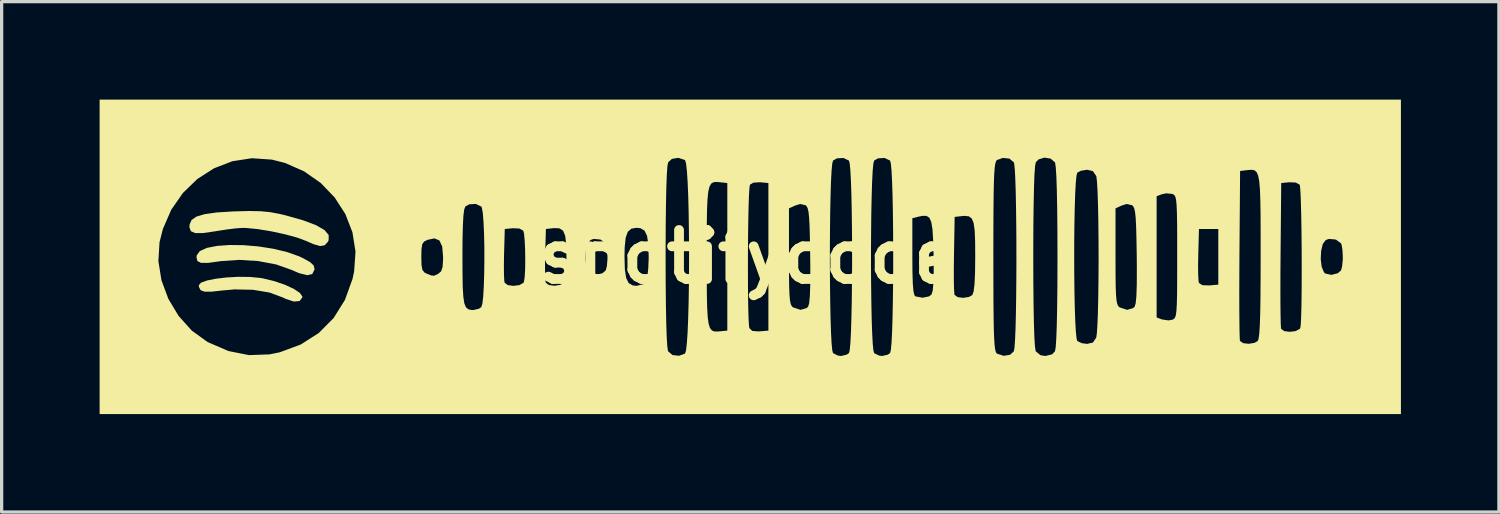
<source format=kicad_pcb>
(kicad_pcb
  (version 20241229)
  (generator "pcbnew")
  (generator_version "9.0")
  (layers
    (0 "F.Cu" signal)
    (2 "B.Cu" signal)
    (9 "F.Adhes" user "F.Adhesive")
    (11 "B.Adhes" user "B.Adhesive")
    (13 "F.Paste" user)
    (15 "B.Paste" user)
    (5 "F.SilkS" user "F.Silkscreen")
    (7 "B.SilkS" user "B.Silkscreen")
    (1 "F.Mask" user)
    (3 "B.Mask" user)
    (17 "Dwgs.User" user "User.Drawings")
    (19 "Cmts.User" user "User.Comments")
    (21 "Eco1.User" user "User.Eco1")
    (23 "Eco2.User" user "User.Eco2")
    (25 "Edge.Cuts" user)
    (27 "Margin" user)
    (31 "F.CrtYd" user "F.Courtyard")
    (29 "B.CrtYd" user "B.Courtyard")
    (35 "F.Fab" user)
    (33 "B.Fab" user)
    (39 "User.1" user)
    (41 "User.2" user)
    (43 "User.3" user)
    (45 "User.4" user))
  (footprint "spotifycode"
    (layer "F.Cu")
    (at 19.846 4.813)
    (property "Reference" "spotifycode" (at 0 0 0) (layer "F.SilkS") (effects (font (size 1.5 1.5) (thickness 0.3))))
    (attr board_only exclude_from_pos_files exclude_from_bom)
    (fp_poly (pts (xy -15.246 0.616) (xy -14.928 0.646) (xy -14.855 0.658) (xy -14.5 0.743) (xy -14.173 0.855) (xy -13.902 0.98) (xy -13.714 1.106) (xy -13.638 1.219) (xy -13.639 1.239) (xy -13.723 1.353) (xy -13.9 1.369) (xy -14.155 1.285) (xy -14.233 1.246) (xy -14.646 1.093) (xy -15.152 1.009) (xy -15.713 0.997) (xy -16.088 1.03) (xy -16.423 1.067) (xy -16.637 1.066) (xy -16.756 1.02) (xy -16.804 0.925) (xy -16.809 0.868) (xy -16.741 0.791) (xy -16.556 0.724) (xy -16.284 0.67) (xy -15.955 0.631) (xy -15.599 0.612)) (stroke (width 0) (type solid)) (fill yes) (layer "F.SilkS"))
    (fp_poly (pts (xy -15.439 -0.357) (xy -14.988 -0.319) (xy -14.539 -0.249) (xy -14.115 -0.148) (xy -13.742 -0.017) (xy -13.62 0.04) (xy -13.4 0.164) (xy -13.291 0.267) (xy -13.267 0.374) (xy -13.269 0.392) (xy -13.336 0.526) (xy -13.491 0.562) (xy -13.743 0.499) (xy -13.972 0.4) (xy -14.442 0.233) (xy -14.996 0.129) (xy -15.578 0.093) (xy -16.136 0.132) (xy -16.192 0.14) (xy -16.529 0.186) (xy -16.742 0.184) (xy -16.853 0.129) (xy -16.88 0.015) (xy -16.872 -0.048) (xy -16.776 -0.178) (xy -16.56 -0.274) (xy -16.249 -0.335) (xy -15.868 -0.362)) (stroke (width 0) (type solid)) (fill yes) (layer "F.SilkS"))
    (fp_poly (pts (xy -14.915 -1.396) (xy -14.626 -1.368) (xy -14.341 -1.315) (xy -14.16 -1.272) (xy -13.619 -1.119) (xy -13.221 -0.97) (xy -12.961 -0.82) (xy -12.833 -0.667) (xy -12.834 -0.509) (xy -12.863 -0.453) (xy -12.959 -0.352) (xy -13.094 -0.33) (xy -13.298 -0.388) (xy -13.515 -0.483) (xy -13.792 -0.587) (xy -14.165 -0.689) (xy -14.585 -0.78) (xy -14.998 -0.848) (xy -15.355 -0.883) (xy -15.468 -0.886) (xy -15.672 -0.872) (xy -15.963 -0.836) (xy -16.283 -0.786) (xy -16.325 -0.779) (xy -16.684 -0.727) (xy -16.921 -0.727) (xy -17.052 -0.785) (xy -17.097 -0.905) (xy -17.091 -0.993) (xy -17.031 -1.128) (xy -16.883 -1.231) (xy -16.633 -1.306) (xy -16.267 -1.358) (xy -15.771 -1.389) (xy -15.697 -1.392) (xy -15.256 -1.403)) (stroke (width 0) (type solid)) (fill yes) (layer "F.SilkS"))
    (fp_poly (pts (xy 19.994 0) (xy 19.994 4.813) (xy 0.074 4.813) (xy -19.846 4.813) (xy -19.846 0.13) (xy -18.047 0.13) (xy -17.953 0.717) (xy -17.742 1.286) (xy -17.429 1.808) (xy -17.027 2.256) (xy -16.549 2.602) (xy -16.526 2.615) (xy -15.898 2.885) (xy -15.274 3.009) (xy -14.647 2.987) (xy -14.332 2.923) (xy -13.688 2.684) (xy -13.135 2.331) (xy -12.682 1.874) (xy -12.335 1.318) (xy -12.103 0.675) (xy -12.054 0.448) (xy -12.023 0.001) (xy -9.997 0.001) (xy -9.991 0.255) (xy -9.963 0.402) (xy -9.9 0.481) (xy -9.83 0.516) (xy -9.685 0.572) (xy -9.603 0.578) (xy -9.506 0.533) (xy -9.474 0.516) (xy -9.39 0.443) (xy -9.346 0.312) (xy -9.331 0.085) (xy -9.331 0) (xy -8.738 0) (xy -8.736 0.532) (xy -8.729 0.934) (xy -8.711 1.224) (xy -8.681 1.42) (xy -8.633 1.541) (xy -8.564 1.604) (xy -8.471 1.627) (xy -8.405 1.629) (xy -8.235 1.589) (xy -8.161 1.54) (xy -8.128 1.435) (xy -8.102 1.21) (xy -8.084 0.894) (xy -8.072 0.514) (xy -8.069 0.252) (xy -7.469 0.252) (xy -7.467 0.532) (xy -7.458 0.726) (xy -7.447 0.791) (xy -7.351 0.865) (xy -7.18 0.889) (xy -6.999 0.867) (xy -6.874 0.799) (xy -6.858 0.771) (xy -6.834 0.632) (xy -6.819 0.394) (xy -6.817 0.252) (xy -6.21 0.252) (xy -6.208 0.532) (xy -6.199 0.726) (xy -6.188 0.791) (xy -6.092 0.863) (xy -5.922 0.886) (xy -5.744 0.858) (xy -5.643 0.8) (xy -5.596 0.673) (xy -5.565 0.412) (xy -5.555 0.069) (xy -4.973 0.069) (xy -4.944 0.305) (xy -4.874 0.473) (xy -4.832 0.512) (xy -4.645 0.552) (xy -4.451 0.502) (xy -4.352 0.416) (xy -4.318 0.296) (xy -4.299 0.091) (xy -4.297 0) (xy -3.777 0) (xy -3.766 0.386) (xy -3.726 0.646) (xy -3.65 0.802) (xy -3.527 0.875) (xy -3.406 0.889) (xy -3.198 0.836) (xy -3.113 0.745) (xy -3.077 0.606) (xy -3.05 0.365) (xy -3.037 0.069) (xy -3.036 0) (xy -2.518 0) (xy -2.516 0.789) (xy -2.509 1.463) (xy -2.499 2.016) (xy -2.485 2.44) (xy -2.467 2.73) (xy -2.446 2.879) (xy -2.441 2.893) (xy -2.306 3.007) (xy -2.107 3.029) (xy -1.925 2.964) (xy -1.894 2.872) (xy -1.868 2.652) (xy -1.845 2.323) (xy -1.828 1.905) (xy -1.814 1.417) (xy -1.805 0.88) (xy -1.801 0.312) (xy -1.8 -0.006) (xy -1.259 -0.006) (xy -1.258 0.642) (xy -1.255 1.156) (xy -1.246 1.552) (xy -1.229 1.845) (xy -1.201 2.049) (xy -1.159 2.181) (xy -1.101 2.254) (xy -1.024 2.285) (xy -0.926 2.287) (xy -0.852 2.28) (xy -0.629 2.259) (xy -0.629 0.285) (xy 0.002 0.285) (xy 0.003 0.771) (xy 0.006 1.221) (xy 0.013 1.61) (xy 0.023 1.917) (xy 0.036 2.117) (xy 0.046 2.182) (xy 0.132 2.267) (xy 0.318 2.284) (xy 0.361 2.281) (xy 0.629 2.259) (xy 0.629 0) (xy 0.629 -1.484) (xy 1.259 -1.484) (xy 1.259 -0.005) (xy 1.26 0.503) (xy 1.264 0.882) (xy 1.274 1.154) (xy 1.29 1.336) (xy 1.314 1.45) (xy 1.348 1.516) (xy 1.388 1.549) (xy 1.613 1.623) (xy 1.797 1.571) (xy 1.844 1.527) (xy 1.876 1.424) (xy 1.898 1.203) (xy 1.91 0.854) (xy 1.912 0.37) (xy 1.908 -0.039) (xy 1.905 -0.273) (xy 2.511 -0.273) (xy 2.511 0.305) (xy 2.515 0.872) (xy 2.522 1.41) (xy 2.532 1.897) (xy 2.546 2.314) (xy 2.563 2.642) (xy 2.584 2.86) (xy 2.607 2.947) (xy 2.751 3.021) (xy 2.851 3.036) (xy 3.021 2.996) (xy 3.095 2.947) (xy 3.119 2.851) (xy 3.14 2.626) (xy 3.157 2.293) (xy 3.17 1.872) (xy 3.181 1.381) (xy 3.187 0.842) (xy 3.191 0.273) (xy 3.191 -0.273) (xy 3.77 -0.273) (xy 3.77 0.305) (xy 3.774 0.872) (xy 3.781 1.41) (xy 3.791 1.897) (xy 3.805 2.314) (xy 3.822 2.642) (xy 3.843 2.86) (xy 3.866 2.947) (xy 4.01 3.021) (xy 4.11 3.036) (xy 4.28 2.996) (xy 4.354 2.947) (xy 4.378 2.851) (xy 4.399 2.626) (xy 4.416 2.293) (xy 4.429 1.872) (xy 4.439 1.381) (xy 4.446 0.842) (xy 4.45 0.273) (xy 4.449 -0.305) (xy 4.446 -0.872) (xy 4.442 -1.182) (xy 5.036 -1.182) (xy 5.036 -0.005) (xy 5.039 0.474) (xy 5.05 0.82) (xy 5.069 1.048) (xy 5.099 1.174) (xy 5.128 1.21) (xy 5.349 1.252) (xy 5.545 1.212) (xy 5.621 1.156) (xy 5.659 1.037) (xy 5.682 0.784) (xy 5.69 0.392) (xy 5.689 0.325) (xy 6.306 0.325) (xy 6.306 0.678) (xy 6.311 0.954) (xy 6.321 1.125) (xy 6.327 1.163) (xy 6.423 1.234) (xy 6.592 1.256) (xy 6.77 1.228) (xy 6.872 1.17) (xy 6.912 1.062) (xy 6.94 0.828) (xy 6.956 0.459) (xy 6.961 0) (xy 7.516 0) (xy 7.517 0.742) (xy 7.519 1.35) (xy 7.524 1.837) (xy 7.53 2.215) (xy 7.541 2.5) (xy 7.554 2.703) (xy 7.572 2.838) (xy 7.594 2.919) (xy 7.622 2.96) (xy 7.627 2.964) (xy 7.832 3.031) (xy 8.027 2.999) (xy 8.143 2.893) (xy 8.163 2.782) (xy 8.18 2.543) (xy 8.195 2.197) (xy 8.206 1.764) (xy 8.214 1.265) (xy 8.219 0.719) (xy 8.222 0.148) (xy 8.221 0) (xy 8.738 0) (xy 8.74 0.789) (xy 8.747 1.463) (xy 8.757 2.016) (xy 8.771 2.44) (xy 8.788 2.73) (xy 8.81 2.879) (xy 8.815 2.893) (xy 8.958 3.012) (xy 9.108 3.036) (xy 9.316 2.984) (xy 9.402 2.893) (xy 9.424 2.776) (xy 9.442 2.517) (xy 9.457 2.123) (xy 9.468 1.599) (xy 9.476 0.952) (xy 9.479 0.188) (xy 9.479 0.025) (xy 9.991 0.025) (xy 9.993 0.563) (xy 9.999 1.079) (xy 10.009 1.551) (xy 10.023 1.959) (xy 10.041 2.28) (xy 10.063 2.494) (xy 10.086 2.577) (xy 10.222 2.643) (xy 10.384 2.666) (xy 10.564 2.624) (xy 10.665 2.476) (xy 10.684 2.352) (xy 10.701 2.099) (xy 10.716 1.732) (xy 10.727 1.27) (xy 10.734 0.732) (xy 10.738 0.133) (xy 10.738 0) (xy 10.735 -0.609) (xy 10.729 -1.162) (xy 10.722 -1.484) (xy 11.256 -1.484) (xy 11.256 -0.005) (xy 11.257 0.503) (xy 11.261 0.882) (xy 11.271 1.154) (xy 11.287 1.336) (xy 11.311 1.45) (xy 11.345 1.516) (xy 11.386 1.549) (xy 11.61 1.623) (xy 11.794 1.571) (xy 11.841 1.527) (xy 11.873 1.424) (xy 11.895 1.203) (xy 11.907 0.854) (xy 11.909 0.37) (xy 11.906 -0.039) (xy 11.897 -0.547) (xy 11.887 -0.927) (xy 11.873 -1.199) (xy 11.853 -1.381) (xy 11.825 -1.494) (xy 11.789 -1.558) (xy 11.762 -1.58) (xy 11.598 -1.618) (xy 11.447 -1.571) (xy 11.256 -1.484) (xy 10.722 -1.484) (xy 10.718 -1.641) (xy 10.711 -1.856) (xy 12.515 -1.856) (xy 12.515 0) (xy 12.515 1.856) (xy 12.681 1.918) (xy 12.876 1.946) (xy 12.996 1.926) (xy 13.042 1.903) (xy 13.077 1.862) (xy 13.103 1.784) (xy 13.121 1.652) (xy 13.133 1.449) (xy 13.14 1.157) (xy 13.141 1.087) (xy 15.045 1.087) (xy 15.046 1.581) (xy 15.049 1.995) (xy 15.053 2.31) (xy 15.06 2.509) (xy 15.066 2.573) (xy 15.161 2.642) (xy 15.33 2.663) (xy 15.508 2.635) (xy 15.61 2.577) (xy 15.636 2.508) (xy 15.657 2.351) (xy 15.674 2.096) (xy 15.686 1.732) (xy 15.694 1.25) (xy 15.695 0.993) (xy 16.304 0.993) (xy 16.305 1.439) (xy 16.309 1.8) (xy 16.315 2.056) (xy 16.323 2.19) (xy 16.325 2.202) (xy 16.421 2.274) (xy 16.591 2.296) (xy 16.771 2.273) (xy 16.896 2.206) (xy 16.913 2.178) (xy 16.928 2.067) (xy 16.939 1.833) (xy 16.948 1.5) (xy 16.954 1.091) (xy 16.956 0.628) (xy 16.956 0.136) (xy 16.956 0.069) (xy 17.539 0.069) (xy 17.568 0.305) (xy 17.638 0.473) (xy 17.68 0.512) (xy 17.867 0.552) (xy 18.061 0.502) (xy 18.16 0.416) (xy 18.193 0.296) (xy 18.213 0.091) (xy 18.215 0) (xy 18.203 -0.22) (xy 18.175 -0.38) (xy 18.16 -0.413) (xy 18.002 -0.529) (xy 17.795 -0.549) (xy 17.693 -0.515) (xy 17.602 -0.394) (xy 17.551 -0.181) (xy 17.539 0.069) (xy 16.956 0.069) (xy 16.954 -0.364) (xy 16.949 -0.847) (xy 16.941 -1.291) (xy 16.931 -1.672) (xy 16.919 -1.968) (xy 16.905 -2.155) (xy 16.894 -2.209) (xy 16.774 -2.274) (xy 16.58 -2.283) (xy 16.329 -2.259) (xy 16.309 -0.075) (xy 16.305 0.482) (xy 16.304 0.993) (xy 15.695 0.993) (xy 15.698 0.639) (xy 15.699 -0.006) (xy 15.699 -0.708) (xy 15.697 -1.276) (xy 15.69 -1.724) (xy 15.677 -2.065) (xy 15.656 -2.314) (xy 15.623 -2.484) (xy 15.578 -2.59) (xy 15.517 -2.646) (xy 15.438 -2.664) (xy 15.34 -2.66) (xy 15.278 -2.653) (xy 15.07 -2.629) (xy 15.05 -0.075) (xy 15.047 0.529) (xy 15.045 1.087) (xy 13.141 1.087) (xy 13.143 0.759) (xy 13.144 0.253) (xy 13.784 0.253) (xy 13.787 0.534) (xy 13.797 0.73) (xy 13.807 0.796) (xy 13.914 0.868) (xy 14.125 0.875) (xy 14.403 0.852) (xy 14.403 0) (xy 14.403 -0.852) (xy 14.107 -0.852) (xy 13.811 -0.852) (xy 13.79 -0.079) (xy 13.784 0.253) (xy 13.144 0.253) (xy 13.144 0.236) (xy 13.144 0) (xy 13.144 -0.574) (xy 13.142 -1.018) (xy 13.136 -1.349) (xy 13.126 -1.584) (xy 13.111 -1.741) (xy 13.088 -1.838) (xy 13.056 -1.891) (xy 13.015 -1.918) (xy 12.996 -1.926) (xy 12.809 -1.944) (xy 12.681 -1.918) (xy 12.515 -1.856) (xy 10.711 -1.856) (xy 10.705 -2.029) (xy 10.688 -2.309) (xy 10.67 -2.461) (xy 10.665 -2.476) (xy 10.563 -2.625) (xy 10.384 -2.666) (xy 10.198 -2.636) (xy 10.086 -2.577) (xy 10.06 -2.479) (xy 10.039 -2.254) (xy 10.021 -1.924) (xy 10.008 -1.51) (xy 9.998 -1.033) (xy 9.992 -0.514) (xy 9.991 0.025) (xy 9.479 0.025) (xy 9.479 0) (xy 9.477 -0.789) (xy 9.47 -1.463) (xy 9.46 -2.016) (xy 9.446 -2.44) (xy 9.428 -2.73) (xy 9.407 -2.879) (xy 9.402 -2.893) (xy 9.268 -3.007) (xy 9.079 -3.037) (xy 8.899 -2.982) (xy 8.815 -2.893) (xy 8.793 -2.776) (xy 8.774 -2.517) (xy 8.76 -2.123) (xy 8.749 -1.599) (xy 8.741 -0.952) (xy 8.738 -0.188) (xy 8.738 0) (xy 8.221 0) (xy 8.221 -0.428) (xy 8.217 -0.989) (xy 8.21 -1.515) (xy 8.201 -1.984) (xy 8.188 -2.377) (xy 8.173 -2.674) (xy 8.154 -2.853) (xy 8.143 -2.893) (xy 8.008 -3.007) (xy 7.809 -3.029) (xy 7.627 -2.964) (xy 7.599 -2.929) (xy 7.576 -2.856) (xy 7.557 -2.731) (xy 7.543 -2.541) (xy 7.532 -2.273) (xy 7.525 -1.912) (xy 7.52 -1.446) (xy 7.517 -0.861) (xy 7.516 -0.143) (xy 7.516 0) (xy 6.961 0) (xy 6.961 -0.006) (xy 6.958 -0.471) (xy 6.944 -0.807) (xy 6.912 -1.034) (xy 6.856 -1.171) (xy 6.77 -1.238) (xy 6.646 -1.254) (xy 6.54 -1.246) (xy 6.331 -1.222) (xy 6.311 -0.077) (xy 6.306 0.325) (xy 5.689 0.325) (xy 5.686 -0.039) (xy 5.673 -0.505) (xy 5.652 -0.842) (xy 5.615 -1.067) (xy 5.556 -1.198) (xy 5.467 -1.255) (xy 5.341 -1.254) (xy 5.232 -1.231) (xy 5.036 -1.182) (xy 4.442 -1.182) (xy 4.439 -1.41) (xy 4.429 -1.897) (xy 4.415 -2.314) (xy 4.398 -2.642) (xy 4.377 -2.86) (xy 4.354 -2.947) (xy 4.185 -3.027) (xy 3.984 -3.015) (xy 3.866 -2.947) (xy 3.842 -2.851) (xy 3.821 -2.626) (xy 3.804 -2.293) (xy 3.791 -1.872) (xy 3.78 -1.381) (xy 3.774 -0.842) (xy 3.77 -0.273) (xy 3.191 -0.273) (xy 3.191 -0.305) (xy 3.187 -0.872) (xy 3.18 -1.41) (xy 3.17 -1.897) (xy 3.156 -2.314) (xy 3.139 -2.642) (xy 3.118 -2.86) (xy 3.095 -2.947) (xy 2.926 -3.027) (xy 2.726 -3.015) (xy 2.607 -2.947) (xy 2.583 -2.851) (xy 2.562 -2.626) (xy 2.545 -2.293) (xy 2.532 -1.872) (xy 2.521 -1.381) (xy 2.515 -0.842) (xy 2.511 -0.273) (xy 1.905 -0.273) (xy 1.9 -0.547) (xy 1.89 -0.927) (xy 1.876 -1.199) (xy 1.856 -1.381) (xy 1.828 -1.494) (xy 1.792 -1.558) (xy 1.764 -1.58) (xy 1.601 -1.618) (xy 1.45 -1.571) (xy 1.259 -1.484) (xy 0.629 -1.484) (xy 0.629 -2.259) (xy 0.378 -2.283) (xy 0.173 -2.272) (xy 0.064 -2.209) (xy 0.049 -2.112) (xy 0.035 -1.89) (xy 0.023 -1.566) (xy 0.014 -1.164) (xy 0.007 -0.706) (xy 0.003 -0.215) (xy 0.002 0.285) (xy -0.629 0.285) (xy -0.629 0) (xy -0.629 -2.259) (xy -0.838 -2.282) (xy -0.955 -2.293) (xy -1.048 -2.285) (xy -1.12 -2.244) (xy -1.173 -2.154) (xy -1.211 -2.001) (xy -1.235 -1.769) (xy -1.25 -1.445) (xy -1.257 -1.012) (xy -1.259 -0.456) (xy -1.259 -0.006) (xy -1.8 -0.006) (xy -1.8 -0.266) (xy -1.805 -0.836) (xy -1.813 -1.376) (xy -1.826 -1.868) (xy -1.844 -2.293) (xy -1.866 -2.629) (xy -1.892 -2.859) (xy -1.923 -2.962) (xy -1.925 -2.964) (xy -2.13 -3.031) (xy -2.325 -2.999) (xy -2.441 -2.893) (xy -2.463 -2.776) (xy -2.481 -2.517) (xy -2.496 -2.123) (xy -2.507 -1.599) (xy -2.515 -0.952) (xy -2.518 -0.188) (xy -2.518 0) (xy -3.036 0) (xy -3.047 -0.386) (xy -3.087 -0.646) (xy -3.163 -0.802) (xy -3.286 -0.875) (xy -3.406 -0.889) (xy -3.567 -0.862) (xy -3.676 -0.767) (xy -3.741 -0.584) (xy -3.771 -0.29) (xy -3.777 0) (xy -4.297 0) (xy -4.309 -0.22) (xy -4.337 -0.38) (xy -4.352 -0.413) (xy -4.51 -0.529) (xy -4.717 -0.549) (xy -4.819 -0.515) (xy -4.91 -0.394) (xy -4.961 -0.181) (xy -4.973 0.069) (xy -5.555 0.069) (xy -5.554 0.03) (xy -5.554 -0.006) (xy -5.562 -0.39) (xy -5.593 -0.648) (xy -5.658 -0.801) (xy -5.767 -0.872) (xy -5.93 -0.88) (xy -5.975 -0.875) (xy -6.183 -0.852) (xy -6.205 -0.079) (xy -6.21 0.252) (xy -6.817 0.252) (xy -6.815 0.1) (xy -6.819 -0.209) (xy -6.832 -0.491) (xy -6.852 -0.704) (xy -6.877 -0.802) (xy -6.997 -0.867) (xy -7.191 -0.876) (xy -7.442 -0.852) (xy -7.464 -0.079) (xy -7.469 0.252) (xy -8.069 0.252) (xy -8.067 0.1) (xy -8.068 -0.321) (xy -8.077 -0.721) (xy -8.093 -1.07) (xy -8.115 -1.342) (xy -8.144 -1.507) (xy -8.161 -1.54) (xy -8.33 -1.62) (xy -8.53 -1.608) (xy -8.649 -1.54) (xy -8.684 -1.451) (xy -8.709 -1.254) (xy -8.726 -0.938) (xy -8.736 -0.494) (xy -8.738 0) (xy -9.331 0) (xy -9.358 -0.316) (xy -9.444 -0.502) (xy -9.596 -0.565) (xy -9.807 -0.52) (xy -9.913 -0.467) (xy -9.97 -0.384) (xy -9.993 -0.229) (xy -9.997 0.001) (xy -12.023 0.001) (xy -12.012 -0.16) (xy -12.106 -0.752) (xy -12.323 -1.31) (xy -12.651 -1.819) (xy -13.076 -2.261) (xy -13.586 -2.618) (xy -14.169 -2.874) (xy -14.57 -2.976) (xy -15.185 -3.019) (xy -15.782 -2.927) (xy -16.344 -2.71) (xy -16.855 -2.382) (xy -17.297 -1.954) (xy -17.654 -1.44) (xy -17.91 -0.85) (xy -18.012 -0.448) (xy -18.047 0.13) (xy -19.846 0.13) (xy -19.846 0) (xy -19.846 -4.813) (xy 0.074 -4.813) (xy 19.994 -4.813)) (stroke (width 0) (type solid)) (fill yes) (layer "F.SilkS")))
  (gr_rect
    (start -3 -3)
    (end 42.84 12.627)
    (stroke (width 0.1) (type default))
    (fill no)
    (layer "Edge.Cuts")))
</source>
